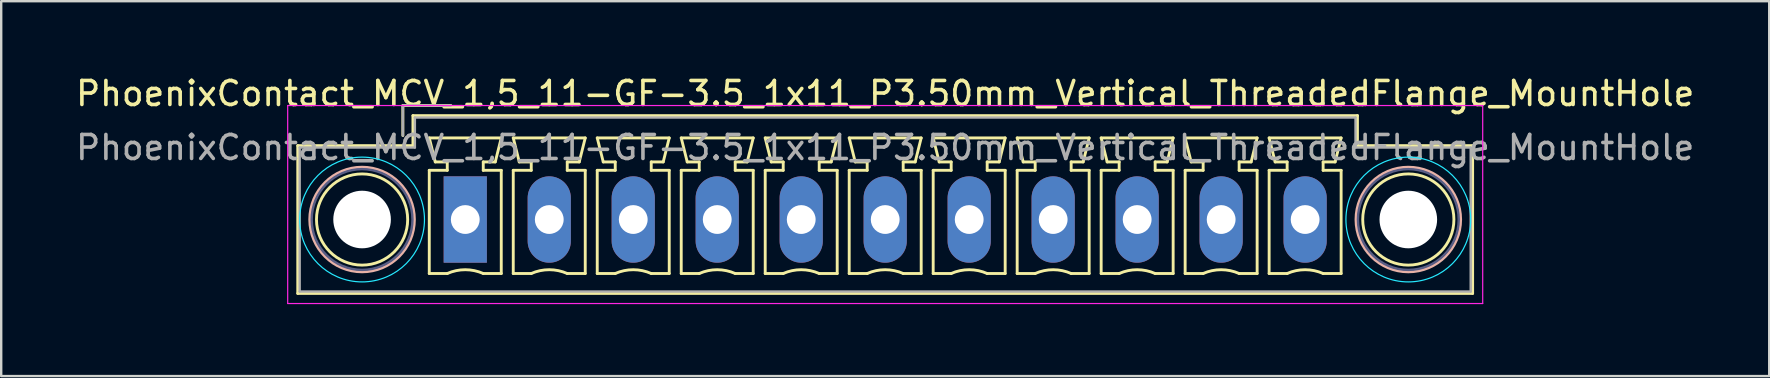
<source format=kicad_pcb>
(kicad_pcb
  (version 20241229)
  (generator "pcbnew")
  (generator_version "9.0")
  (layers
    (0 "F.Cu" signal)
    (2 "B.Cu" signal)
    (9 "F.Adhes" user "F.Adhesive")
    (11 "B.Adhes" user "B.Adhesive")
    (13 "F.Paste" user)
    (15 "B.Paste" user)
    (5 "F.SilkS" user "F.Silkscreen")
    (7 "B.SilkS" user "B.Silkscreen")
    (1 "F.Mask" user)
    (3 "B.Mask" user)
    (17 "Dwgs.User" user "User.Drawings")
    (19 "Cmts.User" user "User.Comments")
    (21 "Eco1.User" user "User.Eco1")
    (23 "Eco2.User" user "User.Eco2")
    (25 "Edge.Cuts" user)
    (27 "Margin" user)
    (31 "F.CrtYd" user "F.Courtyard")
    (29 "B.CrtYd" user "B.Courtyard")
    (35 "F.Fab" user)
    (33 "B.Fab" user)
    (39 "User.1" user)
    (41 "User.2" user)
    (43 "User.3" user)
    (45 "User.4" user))
  (footprint "PhoenixContact_MCV_1,5_11-GF-3.5_1x11_P3.50mm_Vertical_ThreadedFlange_MountHole"
    (layer "F.Cu")
    (at 16.339 6.098)
    (property "Reference" "PhoenixContact_MCV_1,5_11-GF-3.5_1x11_P3.50mm_Vertical_ThreadedFlange_MountHole" (at 17.5 -5.25 0) (layer "F.SilkS") (effects (font (size 1 1) (thickness 0.15))))
    (attr through_hole)
    (fp_line (start -6.98 -3.08) (end -6.98 3.08) (stroke (width 0.12) (type solid)) (layer "F.SilkS"))
    (fp_line (start -6.98 3.08) (end 41.98 3.08) (stroke (width 0.12) (type solid)) (layer "F.SilkS"))
    (fp_line (start -2.6 -4.75) (end -0.6 -4.75) (stroke (width 0.12) (type solid)) (layer "F.SilkS"))
    (fp_line (start -2.6 -3.5) (end -2.6 -4.75) (stroke (width 0.12) (type solid)) (layer "F.SilkS"))
    (fp_line (start -2.18 -4.33) (end -2.18 -3.08) (stroke (width 0.12) (type solid)) (layer "F.SilkS"))
    (fp_line (start -2.18 -3.08) (end -6.98 -3.08) (stroke (width 0.12) (type solid)) (layer "F.SilkS"))
    (fp_line (start -1.5 -3.4) (end 1.5 -3.4) (stroke (width 0.12) (type solid)) (layer "F.SilkS"))
    (fp_line (start -1.5 -2.05) (end -0.75 -2.05) (stroke (width 0.12) (type solid)) (layer "F.SilkS"))
    (fp_line (start -1.5 2.25) (end -1.5 -2.05) (stroke (width 0.12) (type solid)) (layer "F.SilkS"))
    (fp_line (start -1.25 -2.4) (end -1.5 -3.4) (stroke (width 0.12) (type solid)) (layer "F.SilkS"))
    (fp_line (start -0.75 -2.4) (end -1.25 -2.4) (stroke (width 0.12) (type solid)) (layer "F.SilkS"))
    (fp_line (start -0.75 -2.05) (end -0.75 -2.4) (stroke (width 0.12) (type solid)) (layer "F.SilkS"))
    (fp_line (start -0.75 2.25) (end -1.5 2.25) (stroke (width 0.12) (type solid)) (layer "F.SilkS"))
    (fp_line (start 0.75 -2.4) (end 0.75 -2.05) (stroke (width 0.12) (type solid)) (layer "F.SilkS"))
    (fp_line (start 0.75 -2.05) (end 1.5 -2.05) (stroke (width 0.12) (type solid)) (layer "F.SilkS"))
    (fp_line (start 1.25 -2.4) (end 0.75 -2.4) (stroke (width 0.12) (type solid)) (layer "F.SilkS"))
    (fp_line (start 1.5 -3.4) (end 1.25 -2.4) (stroke (width 0.12) (type solid)) (layer "F.SilkS"))
    (fp_line (start 1.5 -2.05) (end 1.5 2.25) (stroke (width 0.12) (type solid)) (layer "F.SilkS"))
    (fp_line (start 1.5 2.25) (end 0.75 2.25) (stroke (width 0.12) (type solid)) (layer "F.SilkS"))
    (fp_line (start 2 -3.4) (end 5 -3.4) (stroke (width 0.12) (type solid)) (layer "F.SilkS"))
    (fp_line (start 2 -2.05) (end 2.75 -2.05) (stroke (width 0.12) (type solid)) (layer "F.SilkS"))
    (fp_line (start 2 2.25) (end 2 -2.05) (stroke (width 0.12) (type solid)) (layer "F.SilkS"))
    (fp_line (start 2.25 -2.4) (end 2 -3.4) (stroke (width 0.12) (type solid)) (layer "F.SilkS"))
    (fp_line (start 2.75 -2.4) (end 2.25 -2.4) (stroke (width 0.12) (type solid)) (layer "F.SilkS"))
    (fp_line (start 2.75 -2.05) (end 2.75 -2.4) (stroke (width 0.12) (type solid)) (layer "F.SilkS"))
    (fp_line (start 2.75 2.25) (end 2 2.25) (stroke (width 0.12) (type solid)) (layer "F.SilkS"))
    (fp_line (start 4.25 -2.4) (end 4.25 -2.05) (stroke (width 0.12) (type solid)) (layer "F.SilkS"))
    (fp_line (start 4.25 -2.05) (end 5 -2.05) (stroke (width 0.12) (type solid)) (layer "F.SilkS"))
    (fp_line (start 4.75 -2.4) (end 4.25 -2.4) (stroke (width 0.12) (type solid)) (layer "F.SilkS"))
    (fp_line (start 5 -3.4) (end 4.75 -2.4) (stroke (width 0.12) (type solid)) (layer "F.SilkS"))
    (fp_line (start 5 -2.05) (end 5 2.25) (stroke (width 0.12) (type solid)) (layer "F.SilkS"))
    (fp_line (start 5 2.25) (end 4.25 2.25) (stroke (width 0.12) (type solid)) (layer "F.SilkS"))
    (fp_line (start 5.5 -3.4) (end 8.5 -3.4) (stroke (width 0.12) (type solid)) (layer "F.SilkS"))
    (fp_line (start 5.5 -2.05) (end 6.25 -2.05) (stroke (width 0.12) (type solid)) (layer "F.SilkS"))
    (fp_line (start 5.5 2.25) (end 5.5 -2.05) (stroke (width 0.12) (type solid)) (layer "F.SilkS"))
    (fp_line (start 5.75 -2.4) (end 5.5 -3.4) (stroke (width 0.12) (type solid)) (layer "F.SilkS"))
    (fp_line (start 6.25 -2.4) (end 5.75 -2.4) (stroke (width 0.12) (type solid)) (layer "F.SilkS"))
    (fp_line (start 6.25 -2.05) (end 6.25 -2.4) (stroke (width 0.12) (type solid)) (layer "F.SilkS"))
    (fp_line (start 6.25 2.25) (end 5.5 2.25) (stroke (width 0.12) (type solid)) (layer "F.SilkS"))
    (fp_line (start 7.75 -2.4) (end 7.75 -2.05) (stroke (width 0.12) (type solid)) (layer "F.SilkS"))
    (fp_line (start 7.75 -2.05) (end 8.5 -2.05) (stroke (width 0.12) (type solid)) (layer "F.SilkS"))
    (fp_line (start 8.25 -2.4) (end 7.75 -2.4) (stroke (width 0.12) (type solid)) (layer "F.SilkS"))
    (fp_line (start 8.5 -3.4) (end 8.25 -2.4) (stroke (width 0.12) (type solid)) (layer "F.SilkS"))
    (fp_line (start 8.5 -2.05) (end 8.5 2.25) (stroke (width 0.12) (type solid)) (layer "F.SilkS"))
    (fp_line (start 8.5 2.25) (end 7.75 2.25) (stroke (width 0.12) (type solid)) (layer "F.SilkS"))
    (fp_line (start 9 -3.4) (end 12 -3.4) (stroke (width 0.12) (type solid)) (layer "F.SilkS"))
    (fp_line (start 9 -2.05) (end 9.75 -2.05) (stroke (width 0.12) (type solid)) (layer "F.SilkS"))
    (fp_line (start 9 2.25) (end 9 -2.05) (stroke (width 0.12) (type solid)) (layer "F.SilkS"))
    (fp_line (start 9.25 -2.4) (end 9 -3.4) (stroke (width 0.12) (type solid)) (layer "F.SilkS"))
    (fp_line (start 9.75 -2.4) (end 9.25 -2.4) (stroke (width 0.12) (type solid)) (layer "F.SilkS"))
    (fp_line (start 9.75 -2.05) (end 9.75 -2.4) (stroke (width 0.12) (type solid)) (layer "F.SilkS"))
    (fp_line (start 9.75 2.25) (end 9 2.25) (stroke (width 0.12) (type solid)) (layer "F.SilkS"))
    (fp_line (start 11.25 -2.4) (end 11.25 -2.05) (stroke (width 0.12) (type solid)) (layer "F.SilkS"))
    (fp_line (start 11.25 -2.05) (end 12 -2.05) (stroke (width 0.12) (type solid)) (layer "F.SilkS"))
    (fp_line (start 11.75 -2.4) (end 11.25 -2.4) (stroke (width 0.12) (type solid)) (layer "F.SilkS"))
    (fp_line (start 12 -3.4) (end 11.75 -2.4) (stroke (width 0.12) (type solid)) (layer "F.SilkS"))
    (fp_line (start 12 -2.05) (end 12 2.25) (stroke (width 0.12) (type solid)) (layer "F.SilkS"))
    (fp_line (start 12 2.25) (end 11.25 2.25) (stroke (width 0.12) (type solid)) (layer "F.SilkS"))
    (fp_line (start 12.5 -3.4) (end 15.5 -3.4) (stroke (width 0.12) (type solid)) (layer "F.SilkS"))
    (fp_line (start 12.5 -2.05) (end 13.25 -2.05) (stroke (width 0.12) (type solid)) (layer "F.SilkS"))
    (fp_line (start 12.5 2.25) (end 12.5 -2.05) (stroke (width 0.12) (type solid)) (layer "F.SilkS"))
    (fp_line (start 12.75 -2.4) (end 12.5 -3.4) (stroke (width 0.12) (type solid)) (layer "F.SilkS"))
    (fp_line (start 13.25 -2.4) (end 12.75 -2.4) (stroke (width 0.12) (type solid)) (layer "F.SilkS"))
    (fp_line (start 13.25 -2.05) (end 13.25 -2.4) (stroke (width 0.12) (type solid)) (layer "F.SilkS"))
    (fp_line (start 13.25 2.25) (end 12.5 2.25) (stroke (width 0.12) (type solid)) (layer "F.SilkS"))
    (fp_line (start 14.75 -2.4) (end 14.75 -2.05) (stroke (width 0.12) (type solid)) (layer "F.SilkS"))
    (fp_line (start 14.75 -2.05) (end 15.5 -2.05) (stroke (width 0.12) (type solid)) (layer "F.SilkS"))
    (fp_line (start 15.25 -2.4) (end 14.75 -2.4) (stroke (width 0.12) (type solid)) (layer "F.SilkS"))
    (fp_line (start 15.5 -3.4) (end 15.25 -2.4) (stroke (width 0.12) (type solid)) (layer "F.SilkS"))
    (fp_line (start 15.5 -2.05) (end 15.5 2.25) (stroke (width 0.12) (type solid)) (layer "F.SilkS"))
    (fp_line (start 15.5 2.25) (end 14.75 2.25) (stroke (width 0.12) (type solid)) (layer "F.SilkS"))
    (fp_line (start 16 -3.4) (end 19 -3.4) (stroke (width 0.12) (type solid)) (layer "F.SilkS"))
    (fp_line (start 16 -2.05) (end 16.75 -2.05) (stroke (width 0.12) (type solid)) (layer "F.SilkS"))
    (fp_line (start 16 2.25) (end 16 -2.05) (stroke (width 0.12) (type solid)) (layer "F.SilkS"))
    (fp_line (start 16.25 -2.4) (end 16 -3.4) (stroke (width 0.12) (type solid)) (layer "F.SilkS"))
    (fp_line (start 16.75 -2.4) (end 16.25 -2.4) (stroke (width 0.12) (type solid)) (layer "F.SilkS"))
    (fp_line (start 16.75 -2.05) (end 16.75 -2.4) (stroke (width 0.12) (type solid)) (layer "F.SilkS"))
    (fp_line (start 16.75 2.25) (end 16 2.25) (stroke (width 0.12) (type solid)) (layer "F.SilkS"))
    (fp_line (start 18.25 -2.4) (end 18.25 -2.05) (stroke (width 0.12) (type solid)) (layer "F.SilkS"))
    (fp_line (start 18.25 -2.05) (end 19 -2.05) (stroke (width 0.12) (type solid)) (layer "F.SilkS"))
    (fp_line (start 18.75 -2.4) (end 18.25 -2.4) (stroke (width 0.12) (type solid)) (layer "F.SilkS"))
    (fp_line (start 19 -3.4) (end 18.75 -2.4) (stroke (width 0.12) (type solid)) (layer "F.SilkS"))
    (fp_line (start 19 -2.05) (end 19 2.25) (stroke (width 0.12) (type solid)) (layer "F.SilkS"))
    (fp_line (start 19 2.25) (end 18.25 2.25) (stroke (width 0.12) (type solid)) (layer "F.SilkS"))
    (fp_line (start 19.5 -3.4) (end 22.5 -3.4) (stroke (width 0.12) (type solid)) (layer "F.SilkS"))
    (fp_line (start 19.5 -2.05) (end 20.25 -2.05) (stroke (width 0.12) (type solid)) (layer "F.SilkS"))
    (fp_line (start 19.5 2.25) (end 19.5 -2.05) (stroke (width 0.12) (type solid)) (layer "F.SilkS"))
    (fp_line (start 19.75 -2.4) (end 19.5 -3.4) (stroke (width 0.12) (type solid)) (layer "F.SilkS"))
    (fp_line (start 20.25 -2.4) (end 19.75 -2.4) (stroke (width 0.12) (type solid)) (layer "F.SilkS"))
    (fp_line (start 20.25 -2.05) (end 20.25 -2.4) (stroke (width 0.12) (type solid)) (layer "F.SilkS"))
    (fp_line (start 20.25 2.25) (end 19.5 2.25) (stroke (width 0.12) (type solid)) (layer "F.SilkS"))
    (fp_line (start 21.75 -2.4) (end 21.75 -2.05) (stroke (width 0.12) (type solid)) (layer "F.SilkS"))
    (fp_line (start 21.75 -2.05) (end 22.5 -2.05) (stroke (width 0.12) (type solid)) (layer "F.SilkS"))
    (fp_line (start 22.25 -2.4) (end 21.75 -2.4) (stroke (width 0.12) (type solid)) (layer "F.SilkS"))
    (fp_line (start 22.5 -3.4) (end 22.25 -2.4) (stroke (width 0.12) (type solid)) (layer "F.SilkS"))
    (fp_line (start 22.5 -2.05) (end 22.5 2.25) (stroke (width 0.12) (type solid)) (layer "F.SilkS"))
    (fp_line (start 22.5 2.25) (end 21.75 2.25) (stroke (width 0.12) (type solid)) (layer "F.SilkS"))
    (fp_line (start 23 -3.4) (end 26 -3.4) (stroke (width 0.12) (type solid)) (layer "F.SilkS"))
    (fp_line (start 23 -2.05) (end 23.75 -2.05) (stroke (width 0.12) (type solid)) (layer "F.SilkS"))
    (fp_line (start 23 2.25) (end 23 -2.05) (stroke (width 0.12) (type solid)) (layer "F.SilkS"))
    (fp_line (start 23.25 -2.4) (end 23 -3.4) (stroke (width 0.12) (type solid)) (layer "F.SilkS"))
    (fp_line (start 23.75 -2.4) (end 23.25 -2.4) (stroke (width 0.12) (type solid)) (layer "F.SilkS"))
    (fp_line (start 23.75 -2.05) (end 23.75 -2.4) (stroke (width 0.12) (type solid)) (layer "F.SilkS"))
    (fp_line (start 23.75 2.25) (end 23 2.25) (stroke (width 0.12) (type solid)) (layer "F.SilkS"))
    (fp_line (start 25.25 -2.4) (end 25.25 -2.05) (stroke (width 0.12) (type solid)) (layer "F.SilkS"))
    (fp_line (start 25.25 -2.05) (end 26 -2.05) (stroke (width 0.12) (type solid)) (layer "F.SilkS"))
    (fp_line (start 25.75 -2.4) (end 25.25 -2.4) (stroke (width 0.12) (type solid)) (layer "F.SilkS"))
    (fp_line (start 26 -3.4) (end 25.75 -2.4) (stroke (width 0.12) (type solid)) (layer "F.SilkS"))
    (fp_line (start 26 -2.05) (end 26 2.25) (stroke (width 0.12) (type solid)) (layer "F.SilkS"))
    (fp_line (start 26 2.25) (end 25.25 2.25) (stroke (width 0.12) (type solid)) (layer "F.SilkS"))
    (fp_line (start 26.5 -3.4) (end 29.5 -3.4) (stroke (width 0.12) (type solid)) (layer "F.SilkS"))
    (fp_line (start 26.5 -2.05) (end 27.25 -2.05) (stroke (width 0.12) (type solid)) (layer "F.SilkS"))
    (fp_line (start 26.5 2.25) (end 26.5 -2.05) (stroke (width 0.12) (type solid)) (layer "F.SilkS"))
    (fp_line (start 26.75 -2.4) (end 26.5 -3.4) (stroke (width 0.12) (type solid)) (layer "F.SilkS"))
    (fp_line (start 27.25 -2.4) (end 26.75 -2.4) (stroke (width 0.12) (type solid)) (layer "F.SilkS"))
    (fp_line (start 27.25 -2.05) (end 27.25 -2.4) (stroke (width 0.12) (type solid)) (layer "F.SilkS"))
    (fp_line (start 27.25 2.25) (end 26.5 2.25) (stroke (width 0.12) (type solid)) (layer "F.SilkS"))
    (fp_line (start 28.75 -2.4) (end 28.75 -2.05) (stroke (width 0.12) (type solid)) (layer "F.SilkS"))
    (fp_line (start 28.75 -2.05) (end 29.5 -2.05) (stroke (width 0.12) (type solid)) (layer "F.SilkS"))
    (fp_line (start 29.25 -2.4) (end 28.75 -2.4) (stroke (width 0.12) (type solid)) (layer "F.SilkS"))
    (fp_line (start 29.5 -3.4) (end 29.25 -2.4) (stroke (width 0.12) (type solid)) (layer "F.SilkS"))
    (fp_line (start 29.5 -2.05) (end 29.5 2.25) (stroke (width 0.12) (type solid)) (layer "F.SilkS"))
    (fp_line (start 29.5 2.25) (end 28.75 2.25) (stroke (width 0.12) (type solid)) (layer "F.SilkS"))
    (fp_line (start 30 -3.4) (end 33 -3.4) (stroke (width 0.12) (type solid)) (layer "F.SilkS"))
    (fp_line (start 30 -2.05) (end 30.75 -2.05) (stroke (width 0.12) (type solid)) (layer "F.SilkS"))
    (fp_line (start 30 2.25) (end 30 -2.05) (stroke (width 0.12) (type solid)) (layer "F.SilkS"))
    (fp_line (start 30.25 -2.4) (end 30 -3.4) (stroke (width 0.12) (type solid)) (layer "F.SilkS"))
    (fp_line (start 30.75 -2.4) (end 30.25 -2.4) (stroke (width 0.12) (type solid)) (layer "F.SilkS"))
    (fp_line (start 30.75 -2.05) (end 30.75 -2.4) (stroke (width 0.12) (type solid)) (layer "F.SilkS"))
    (fp_line (start 30.75 2.25) (end 30 2.25) (stroke (width 0.12) (type solid)) (layer "F.SilkS"))
    (fp_line (start 32.25 -2.4) (end 32.25 -2.05) (stroke (width 0.12) (type solid)) (layer "F.SilkS"))
    (fp_line (start 32.25 -2.05) (end 33 -2.05) (stroke (width 0.12) (type solid)) (layer "F.SilkS"))
    (fp_line (start 32.75 -2.4) (end 32.25 -2.4) (stroke (width 0.12) (type solid)) (layer "F.SilkS"))
    (fp_line (start 33 -3.4) (end 32.75 -2.4) (stroke (width 0.12) (type solid)) (layer "F.SilkS"))
    (fp_line (start 33 -2.05) (end 33 2.25) (stroke (width 0.12) (type solid)) (layer "F.SilkS"))
    (fp_line (start 33 2.25) (end 32.25 2.25) (stroke (width 0.12) (type solid)) (layer "F.SilkS"))
    (fp_line (start 33.5 -3.4) (end 36.5 -3.4) (stroke (width 0.12) (type solid)) (layer "F.SilkS"))
    (fp_line (start 33.5 -2.05) (end 34.25 -2.05) (stroke (width 0.12) (type solid)) (layer "F.SilkS"))
    (fp_line (start 33.5 2.25) (end 33.5 -2.05) (stroke (width 0.12) (type solid)) (layer "F.SilkS"))
    (fp_line (start 33.75 -2.4) (end 33.5 -3.4) (stroke (width 0.12) (type solid)) (layer "F.SilkS"))
    (fp_line (start 34.25 -2.4) (end 33.75 -2.4) (stroke (width 0.12) (type solid)) (layer "F.SilkS"))
    (fp_line (start 34.25 -2.05) (end 34.25 -2.4) (stroke (width 0.12) (type solid)) (layer "F.SilkS"))
    (fp_line (start 34.25 2.25) (end 33.5 2.25) (stroke (width 0.12) (type solid)) (layer "F.SilkS"))
    (fp_line (start 35.75 -2.4) (end 35.75 -2.05) (stroke (width 0.12) (type solid)) (layer "F.SilkS"))
    (fp_line (start 35.75 -2.05) (end 36.5 -2.05) (stroke (width 0.12) (type solid)) (layer "F.SilkS"))
    (fp_line (start 36.25 -2.4) (end 35.75 -2.4) (stroke (width 0.12) (type solid)) (layer "F.SilkS"))
    (fp_line (start 36.5 -3.4) (end 36.25 -2.4) (stroke (width 0.12) (type solid)) (layer "F.SilkS"))
    (fp_line (start 36.5 -2.05) (end 36.5 2.25) (stroke (width 0.12) (type solid)) (layer "F.SilkS"))
    (fp_line (start 36.5 2.25) (end 35.75 2.25) (stroke (width 0.12) (type solid)) (layer "F.SilkS"))
    (fp_line (start 37.18 -4.33) (end -2.18 -4.33) (stroke (width 0.12) (type solid)) (layer "F.SilkS"))
    (fp_line (start 37.18 -3.08) (end 37.18 -4.33) (stroke (width 0.12) (type solid)) (layer "F.SilkS"))
    (fp_line (start 41.98 -3.08) (end 37.18 -3.08) (stroke (width 0.12) (type solid)) (layer "F.SilkS"))
    (fp_line (start 41.98 3.08) (end 41.98 -3.08) (stroke (width 0.12) (type solid)) (layer "F.SilkS"))
    (fp_arc (start -0.75 2.25) (mid -0.000193 2.09191) (end 0.749647 2.249844) (stroke (width 0.12) (type solid)) (layer "F.SilkS"))
    (fp_arc (start 2.75 2.25) (mid 3.499807 2.09191) (end 4.249647 2.249844) (stroke (width 0.12) (type solid)) (layer "F.SilkS"))
    (fp_arc (start 6.25 2.25) (mid 6.999807 2.09191) (end 7.749647 2.249844) (stroke (width 0.12) (type solid)) (layer "F.SilkS"))
    (fp_arc (start 9.75 2.25) (mid 10.499807 2.09191) (end 11.249647 2.249844) (stroke (width 0.12) (type solid)) (layer "F.SilkS"))
    (fp_arc (start 13.25 2.25) (mid 13.999807 2.09191) (end 14.749647 2.249844) (stroke (width 0.12) (type solid)) (layer "F.SilkS"))
    (fp_arc (start 16.75 2.25) (mid 17.499807 2.09191) (end 18.249647 2.249844) (stroke (width 0.12) (type solid)) (layer "F.SilkS"))
    (fp_arc (start 20.25 2.25) (mid 20.999807 2.09191) (end 21.749647 2.249844) (stroke (width 0.12) (type solid)) (layer "F.SilkS"))
    (fp_arc (start 23.75 2.25) (mid 24.499807 2.09191) (end 25.249647 2.249844) (stroke (width 0.12) (type solid)) (layer "F.SilkS"))
    (fp_arc (start 27.25 2.25) (mid 27.999807 2.09191) (end 28.749647 2.249844) (stroke (width 0.12) (type solid)) (layer "F.SilkS"))
    (fp_arc (start 30.75 2.25) (mid 31.499807 2.09191) (end 32.249647 2.249844) (stroke (width 0.12) (type solid)) (layer "F.SilkS"))
    (fp_arc (start 34.25 2.25) (mid 34.999807 2.09191) (end 35.749647 2.249844) (stroke (width 0.12) (type solid)) (layer "F.SilkS"))
    (fp_circle (center -4.3 0) (end -2.4 0) (stroke (width 0.12) (type solid)) (fill no) (layer "F.SilkS"))
    (fp_circle (center 39.3 0) (end 41.2 0) (stroke (width 0.12) (type solid)) (fill no) (layer "F.SilkS"))
    (fp_circle (center -4.3 0) (end -2.12 0) (stroke (width 0.12) (type solid)) (fill no) (layer "B.SilkS"))
    (fp_circle (center 39.3 0) (end 41.48 0) (stroke (width 0.12) (type solid)) (fill no) (layer "B.SilkS"))
    (fp_circle (center -4.3 0) (end -1.7 0) (stroke (width 0.05) (type solid)) (fill no) (layer "B.CrtYd"))
    (fp_circle (center 39.3 0) (end 41.9 0) (stroke (width 0.05) (type solid)) (fill no) (layer "B.CrtYd"))
    (fp_line (start -7.4 -4.75) (end -7.4 3.5) (stroke (width 0.05) (type solid)) (layer "F.CrtYd"))
    (fp_line (start -7.4 3.5) (end 42.4 3.5) (stroke (width 0.05) (type solid)) (layer "F.CrtYd"))
    (fp_line (start 42.4 -4.75) (end -7.4 -4.75) (stroke (width 0.05) (type solid)) (layer "F.CrtYd"))
    (fp_line (start 42.4 3.5) (end 42.4 -4.75) (stroke (width 0.05) (type solid)) (layer "F.CrtYd"))
    (fp_circle (center -4.3 0) (end -2.2 0) (stroke (width 0.1) (type solid)) (fill no) (layer "B.Fab"))
    (fp_circle (center 39.3 0) (end 41.4 0) (stroke (width 0.1) (type solid)) (fill no) (layer "B.Fab"))
    (fp_line (start -6.9 -3) (end -6.9 3) (stroke (width 0.1) (type solid)) (layer "F.Fab"))
    (fp_line (start -6.9 3) (end 41.9 3) (stroke (width 0.1) (type solid)) (layer "F.Fab"))
    (fp_line (start -2.6 -4.75) (end -0.6 -4.75) (stroke (width 0.1) (type solid)) (layer "F.Fab"))
    (fp_line (start -2.6 -3.5) (end -2.6 -4.75) (stroke (width 0.1) (type solid)) (layer "F.Fab"))
    (fp_line (start -2.1 -4.25) (end -2.1 -3) (stroke (width 0.1) (type solid)) (layer "F.Fab"))
    (fp_line (start -2.1 -3) (end -6.9 -3) (stroke (width 0.1) (type solid)) (layer "F.Fab"))
    (fp_line (start 37.1 -4.25) (end -2.1 -4.25) (stroke (width 0.1) (type solid)) (layer "F.Fab"))
    (fp_line (start 37.1 -3) (end 37.1 -4.25) (stroke (width 0.1) (type solid)) (layer "F.Fab"))
    (fp_line (start 41.9 -3) (end 37.1 -3) (stroke (width 0.1) (type solid)) (layer "F.Fab"))
    (fp_line (start 41.9 3) (end 41.9 -3) (stroke (width 0.1) (type solid)) (layer "F.Fab"))
    (fp_text user "${REFERENCE}" (at 17.5 -3 0) (layer "F.Fab") (effects (font (size 1 1) (thickness 0.15))))
    (pad "" np_thru_hole circle (at -4.3 0) (size 2.4 2.4) (drill 2.4) (layers "*.Cu" "*.Mask"))
    (pad "" np_thru_hole circle (at 39.3 0) (size 2.4 2.4) (drill 2.4) (layers "*.Cu" "*.Mask"))
    (pad "1" thru_hole rect (at 0 0) (size 1.8 3.6) (drill 1.2) (layers "*.Cu" "*.Mask"))
    (pad "2" thru_hole oval (at 3.5 0) (size 1.8 3.6) (drill 1.2) (layers "*.Cu" "*.Mask"))
    (pad "3" thru_hole oval (at 7 0) (size 1.8 3.6) (drill 1.2) (layers "*.Cu" "*.Mask"))
    (pad "4" thru_hole oval (at 10.5 0) (size 1.8 3.6) (drill 1.2) (layers "*.Cu" "*.Mask"))
    (pad "5" thru_hole oval (at 14 0) (size 1.8 3.6) (drill 1.2) (layers "*.Cu" "*.Mask"))
    (pad "6" thru_hole oval (at 17.5 0) (size 1.8 3.6) (drill 1.2) (layers "*.Cu" "*.Mask"))
    (pad "7" thru_hole oval (at 21 0) (size 1.8 3.6) (drill 1.2) (layers "*.Cu" "*.Mask"))
    (pad "8" thru_hole oval (at 24.5 0) (size 1.8 3.6) (drill 1.2) (layers "*.Cu" "*.Mask"))
    (pad "9" thru_hole oval (at 28 0) (size 1.8 3.6) (drill 1.2) (layers "*.Cu" "*.Mask"))
    (pad "10" thru_hole oval (at 31.5 0) (size 1.8 3.6) (drill 1.2) (layers "*.Cu" "*.Mask"))
    (pad "11" thru_hole oval (at 35 0) (size 1.8 3.6) (drill 1.2) (layers "*.Cu" "*.Mask")))
  (gr_rect
    (start -3 -3)
    (end 70.679 12.623)
    (stroke (width 0.1) (type default))
    (fill no)
    (layer "Edge.Cuts")))
</source>
